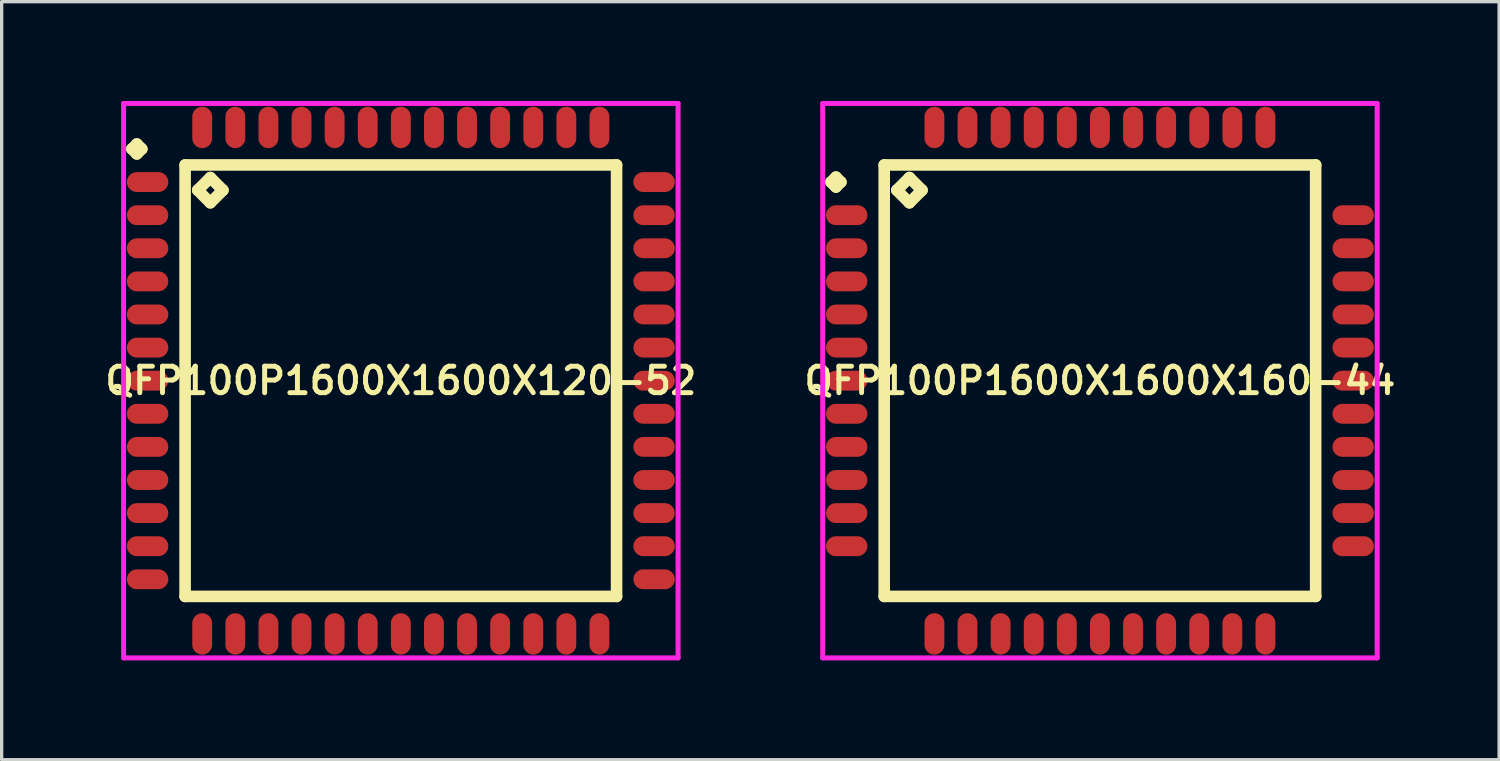
<source format=kicad_pcb>
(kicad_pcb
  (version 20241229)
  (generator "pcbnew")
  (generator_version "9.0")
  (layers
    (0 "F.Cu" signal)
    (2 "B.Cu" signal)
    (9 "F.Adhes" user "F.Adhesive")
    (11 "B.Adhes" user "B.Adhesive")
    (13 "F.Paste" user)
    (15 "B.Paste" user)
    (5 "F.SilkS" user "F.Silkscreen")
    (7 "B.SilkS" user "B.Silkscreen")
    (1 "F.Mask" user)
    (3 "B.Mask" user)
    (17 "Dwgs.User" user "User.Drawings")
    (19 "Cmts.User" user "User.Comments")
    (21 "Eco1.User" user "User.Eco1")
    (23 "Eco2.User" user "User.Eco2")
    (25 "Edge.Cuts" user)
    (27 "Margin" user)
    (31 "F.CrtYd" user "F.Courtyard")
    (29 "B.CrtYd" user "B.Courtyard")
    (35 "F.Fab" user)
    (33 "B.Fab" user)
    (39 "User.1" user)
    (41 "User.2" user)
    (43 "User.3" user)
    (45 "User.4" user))
  (footprint "QFP100P1600X1600X160-44"
    (layer "F.Cu")
    (at 30.178 8.45)
    (property "Reference" "QFP100P1600X1600X160-44" (at 0 0 0) (layer "F.SilkS") (effects (font (size 0.8 0.8) (thickness 0.15))))
    (attr smd)
    (fp_line (start -8.125 -6) (end -7.975 -6.15) (stroke (width 0.35) (type solid)) (layer "F.SilkS"))
    (fp_line (start -7.975 -6.15) (end -7.825 -6) (stroke (width 0.35) (type solid)) (layer "F.SilkS"))
    (fp_line (start -7.975 -5.85) (end -8.125 -6) (stroke (width 0.35) (type solid)) (layer "F.SilkS"))
    (fp_line (start -7.825 -6) (end -7.975 -5.85) (stroke (width 0.35) (type solid)) (layer "F.SilkS"))
    (fp_line (start -6.517 -6.517) (end -6.517 6.517) (stroke (width 0.35) (type solid)) (layer "F.SilkS"))
    (fp_line (start -6.517 6.517) (end 6.517 6.517) (stroke (width 0.35) (type solid)) (layer "F.SilkS"))
    (fp_line (start -6.136 -5.755) (end -5.755 -6.136) (stroke (width 0.35) (type solid)) (layer "F.SilkS"))
    (fp_line (start -5.755 -6.136) (end -5.374 -5.755) (stroke (width 0.35) (type solid)) (layer "F.SilkS"))
    (fp_line (start -5.755 -5.374) (end -6.136 -5.755) (stroke (width 0.35) (type solid)) (layer "F.SilkS"))
    (fp_line (start -5.374 -5.755) (end -5.755 -5.374) (stroke (width 0.35) (type solid)) (layer "F.SilkS"))
    (fp_line (start 6.517 -6.517) (end -6.517 -6.517) (stroke (width 0.35) (type solid)) (layer "F.SilkS"))
    (fp_line (start 6.517 6.517) (end 6.517 -6.517) (stroke (width 0.35) (type solid)) (layer "F.SilkS"))
    (fp_line (start -8.375 -8.375) (end 8.375 -8.375) (stroke (width 0.15) (type solid)) (layer "F.CrtYd"))
    (fp_line (start -8.375 8.375) (end -8.375 -8.375) (stroke (width 0.15) (type solid)) (layer "F.CrtYd"))
    (fp_line (start 8.375 -8.375) (end 8.375 8.375) (stroke (width 0.15) (type solid)) (layer "F.CrtYd"))
    (fp_line (start 8.375 8.375) (end -8.375 8.375) (stroke (width 0.15) (type solid)) (layer "F.CrtYd"))
    (pad "1" smd oval (at -7.65 -5) (size 1.25 0.6) (layers "F.Cu" "F.Mask" "F.Paste"))
    (pad "2" smd oval (at -7.65 -4) (size 1.25 0.6) (layers "F.Cu" "F.Mask" "F.Paste"))
    (pad "3" smd oval (at -7.65 -3) (size 1.25 0.6) (layers "F.Cu" "F.Mask" "F.Paste"))
    (pad "4" smd oval (at -7.65 -2) (size 1.25 0.6) (layers "F.Cu" "F.Mask" "F.Paste"))
    (pad "5" smd oval (at -7.65 -1) (size 1.25 0.6) (layers "F.Cu" "F.Mask" "F.Paste"))
    (pad "6" smd oval (at -7.65 0) (size 1.25 0.6) (layers "F.Cu" "F.Mask" "F.Paste"))
    (pad "7" smd oval (at -7.65 1) (size 1.25 0.6) (layers "F.Cu" "F.Mask" "F.Paste"))
    (pad "8" smd oval (at -7.65 2) (size 1.25 0.6) (layers "F.Cu" "F.Mask" "F.Paste"))
    (pad "9" smd oval (at -7.65 3) (size 1.25 0.6) (layers "F.Cu" "F.Mask" "F.Paste"))
    (pad "10" smd oval (at -7.65 4) (size 1.25 0.6) (layers "F.Cu" "F.Mask" "F.Paste"))
    (pad "11" smd oval (at -7.65 5) (size 1.25 0.6) (layers "F.Cu" "F.Mask" "F.Paste"))
    (pad "12" smd oval (at -5 7.65) (size 0.6 1.25) (layers "F.Cu" "F.Mask" "F.Paste"))
    (pad "13" smd oval (at -4 7.65) (size 0.6 1.25) (layers "F.Cu" "F.Mask" "F.Paste"))
    (pad "14" smd oval (at -3 7.65) (size 0.6 1.25) (layers "F.Cu" "F.Mask" "F.Paste"))
    (pad "15" smd oval (at -2 7.65) (size 0.6 1.25) (layers "F.Cu" "F.Mask" "F.Paste"))
    (pad "16" smd oval (at -1 7.65) (size 0.6 1.25) (layers "F.Cu" "F.Mask" "F.Paste"))
    (pad "17" smd oval (at 0 7.65) (size 0.6 1.25) (layers "F.Cu" "F.Mask" "F.Paste"))
    (pad "18" smd oval (at 1 7.65) (size 0.6 1.25) (layers "F.Cu" "F.Mask" "F.Paste"))
    (pad "19" smd oval (at 2 7.65) (size 0.6 1.25) (layers "F.Cu" "F.Mask" "F.Paste"))
    (pad "20" smd oval (at 3 7.65) (size 0.6 1.25) (layers "F.Cu" "F.Mask" "F.Paste"))
    (pad "21" smd oval (at 4 7.65) (size 0.6 1.25) (layers "F.Cu" "F.Mask" "F.Paste"))
    (pad "22" smd oval (at 5 7.65) (size 0.6 1.25) (layers "F.Cu" "F.Mask" "F.Paste"))
    (pad "23" smd oval (at 7.65 5) (size 1.25 0.6) (layers "F.Cu" "F.Mask" "F.Paste"))
    (pad "24" smd oval (at 7.65 4) (size 1.25 0.6) (layers "F.Cu" "F.Mask" "F.Paste"))
    (pad "25" smd oval (at 7.65 3) (size 1.25 0.6) (layers "F.Cu" "F.Mask" "F.Paste"))
    (pad "26" smd oval (at 7.65 2) (size 1.25 0.6) (layers "F.Cu" "F.Mask" "F.Paste"))
    (pad "27" smd oval (at 7.65 1) (size 1.25 0.6) (layers "F.Cu" "F.Mask" "F.Paste"))
    (pad "28" smd oval (at 7.65 0) (size 1.25 0.6) (layers "F.Cu" "F.Mask" "F.Paste"))
    (pad "29" smd oval (at 7.65 -1) (size 1.25 0.6) (layers "F.Cu" "F.Mask" "F.Paste"))
    (pad "30" smd oval (at 7.65 -2) (size 1.25 0.6) (layers "F.Cu" "F.Mask" "F.Paste"))
    (pad "31" smd oval (at 7.65 -3) (size 1.25 0.6) (layers "F.Cu" "F.Mask" "F.Paste"))
    (pad "32" smd oval (at 7.65 -4) (size 1.25 0.6) (layers "F.Cu" "F.Mask" "F.Paste"))
    (pad "33" smd oval (at 7.65 -5) (size 1.25 0.6) (layers "F.Cu" "F.Mask" "F.Paste"))
    (pad "34" smd oval (at 5 -7.65) (size 0.6 1.25) (layers "F.Cu" "F.Mask" "F.Paste"))
    (pad "35" smd oval (at 4 -7.65) (size 0.6 1.25) (layers "F.Cu" "F.Mask" "F.Paste"))
    (pad "36" smd oval (at 3 -7.65) (size 0.6 1.25) (layers "F.Cu" "F.Mask" "F.Paste"))
    (pad "37" smd oval (at 2 -7.65) (size 0.6 1.25) (layers "F.Cu" "F.Mask" "F.Paste"))
    (pad "38" smd oval (at 1 -7.65) (size 0.6 1.25) (layers "F.Cu" "F.Mask" "F.Paste"))
    (pad "39" smd oval (at 0 -7.65) (size 0.6 1.25) (layers "F.Cu" "F.Mask" "F.Paste"))
    (pad "40" smd oval (at -1 -7.65) (size 0.6 1.25) (layers "F.Cu" "F.Mask" "F.Paste"))
    (pad "41" smd oval (at -2 -7.65) (size 0.6 1.25) (layers "F.Cu" "F.Mask" "F.Paste"))
    (pad "42" smd oval (at -3 -7.65) (size 0.6 1.25) (layers "F.Cu" "F.Mask" "F.Paste"))
    (pad "43" smd oval (at -4 -7.65) (size 0.6 1.25) (layers "F.Cu" "F.Mask" "F.Paste"))
    (pad "44" smd oval (at -5 -7.65) (size 0.6 1.25) (layers "F.Cu" "F.Mask" "F.Paste")))
  (footprint "QFP100P1600X1600X120-52"
    (layer "F.Cu")
    (at 9.059 8.45)
    (property "Reference" "QFP100P1600X1600X120-52" (at 0 0 0) (layer "F.SilkS") (effects (font (size 0.8 0.8) (thickness 0.15))))
    (attr smd)
    (fp_line (start -8.125 -7) (end -7.975 -7.15) (stroke (width 0.35) (type solid)) (layer "F.SilkS"))
    (fp_line (start -7.975 -7.15) (end -7.825 -7) (stroke (width 0.35) (type solid)) (layer "F.SilkS"))
    (fp_line (start -7.975 -6.85) (end -8.125 -7) (stroke (width 0.35) (type solid)) (layer "F.SilkS"))
    (fp_line (start -7.825 -7) (end -7.975 -6.85) (stroke (width 0.35) (type solid)) (layer "F.SilkS"))
    (fp_line (start -6.517 -6.517) (end -6.517 6.517) (stroke (width 0.35) (type solid)) (layer "F.SilkS"))
    (fp_line (start -6.517 6.517) (end 6.517 6.517) (stroke (width 0.35) (type solid)) (layer "F.SilkS"))
    (fp_line (start -6.136 -5.755) (end -5.755 -6.136) (stroke (width 0.35) (type solid)) (layer "F.SilkS"))
    (fp_line (start -5.755 -6.136) (end -5.374 -5.755) (stroke (width 0.35) (type solid)) (layer "F.SilkS"))
    (fp_line (start -5.755 -5.374) (end -6.136 -5.755) (stroke (width 0.35) (type solid)) (layer "F.SilkS"))
    (fp_line (start -5.374 -5.755) (end -5.755 -5.374) (stroke (width 0.35) (type solid)) (layer "F.SilkS"))
    (fp_line (start 6.517 -6.517) (end -6.517 -6.517) (stroke (width 0.35) (type solid)) (layer "F.SilkS"))
    (fp_line (start 6.517 6.517) (end 6.517 -6.517) (stroke (width 0.35) (type solid)) (layer "F.SilkS"))
    (fp_line (start -8.375 -8.375) (end 8.375 -8.375) (stroke (width 0.15) (type solid)) (layer "F.CrtYd"))
    (fp_line (start -8.375 8.375) (end -8.375 -8.375) (stroke (width 0.15) (type solid)) (layer "F.CrtYd"))
    (fp_line (start 8.375 -8.375) (end 8.375 8.375) (stroke (width 0.15) (type solid)) (layer "F.CrtYd"))
    (fp_line (start 8.375 8.375) (end -8.375 8.375) (stroke (width 0.15) (type solid)) (layer "F.CrtYd"))
    (pad "1" smd oval (at -7.65 -6) (size 1.25 0.6) (layers "F.Cu" "F.Mask" "F.Paste"))
    (pad "2" smd oval (at -7.65 -5) (size 1.25 0.6) (layers "F.Cu" "F.Mask" "F.Paste"))
    (pad "3" smd oval (at -7.65 -4) (size 1.25 0.6) (layers "F.Cu" "F.Mask" "F.Paste"))
    (pad "4" smd oval (at -7.65 -3) (size 1.25 0.6) (layers "F.Cu" "F.Mask" "F.Paste"))
    (pad "5" smd oval (at -7.65 -2) (size 1.25 0.6) (layers "F.Cu" "F.Mask" "F.Paste"))
    (pad "6" smd oval (at -7.65 -1) (size 1.25 0.6) (layers "F.Cu" "F.Mask" "F.Paste"))
    (pad "7" smd oval (at -7.65 0) (size 1.25 0.6) (layers "F.Cu" "F.Mask" "F.Paste"))
    (pad "8" smd oval (at -7.65 1) (size 1.25 0.6) (layers "F.Cu" "F.Mask" "F.Paste"))
    (pad "9" smd oval (at -7.65 2) (size 1.25 0.6) (layers "F.Cu" "F.Mask" "F.Paste"))
    (pad "10" smd oval (at -7.65 3) (size 1.25 0.6) (layers "F.Cu" "F.Mask" "F.Paste"))
    (pad "11" smd oval (at -7.65 4) (size 1.25 0.6) (layers "F.Cu" "F.Mask" "F.Paste"))
    (pad "12" smd oval (at -7.65 5) (size 1.25 0.6) (layers "F.Cu" "F.Mask" "F.Paste"))
    (pad "13" smd oval (at -7.65 6) (size 1.25 0.6) (layers "F.Cu" "F.Mask" "F.Paste"))
    (pad "14" smd oval (at -6 7.65) (size 0.6 1.25) (layers "F.Cu" "F.Mask" "F.Paste"))
    (pad "15" smd oval (at -5 7.65) (size 0.6 1.25) (layers "F.Cu" "F.Mask" "F.Paste"))
    (pad "16" smd oval (at -4 7.65) (size 0.6 1.25) (layers "F.Cu" "F.Mask" "F.Paste"))
    (pad "17" smd oval (at -3 7.65) (size 0.6 1.25) (layers "F.Cu" "F.Mask" "F.Paste"))
    (pad "18" smd oval (at -2 7.65) (size 0.6 1.25) (layers "F.Cu" "F.Mask" "F.Paste"))
    (pad "19" smd oval (at -1 7.65) (size 0.6 1.25) (layers "F.Cu" "F.Mask" "F.Paste"))
    (pad "20" smd oval (at 0 7.65) (size 0.6 1.25) (layers "F.Cu" "F.Mask" "F.Paste"))
    (pad "21" smd oval (at 1 7.65) (size 0.6 1.25) (layers "F.Cu" "F.Mask" "F.Paste"))
    (pad "22" smd oval (at 2 7.65) (size 0.6 1.25) (layers "F.Cu" "F.Mask" "F.Paste"))
    (pad "23" smd oval (at 3 7.65) (size 0.6 1.25) (layers "F.Cu" "F.Mask" "F.Paste"))
    (pad "24" smd oval (at 4 7.65) (size 0.6 1.25) (layers "F.Cu" "F.Mask" "F.Paste"))
    (pad "25" smd oval (at 5 7.65) (size 0.6 1.25) (layers "F.Cu" "F.Mask" "F.Paste"))
    (pad "26" smd oval (at 6 7.65) (size 0.6 1.25) (layers "F.Cu" "F.Mask" "F.Paste"))
    (pad "27" smd oval (at 7.65 6) (size 1.25 0.6) (layers "F.Cu" "F.Mask" "F.Paste"))
    (pad "28" smd oval (at 7.65 5) (size 1.25 0.6) (layers "F.Cu" "F.Mask" "F.Paste"))
    (pad "29" smd oval (at 7.65 4) (size 1.25 0.6) (layers "F.Cu" "F.Mask" "F.Paste"))
    (pad "30" smd oval (at 7.65 3) (size 1.25 0.6) (layers "F.Cu" "F.Mask" "F.Paste"))
    (pad "31" smd oval (at 7.65 2) (size 1.25 0.6) (layers "F.Cu" "F.Mask" "F.Paste"))
    (pad "32" smd oval (at 7.65 1) (size 1.25 0.6) (layers "F.Cu" "F.Mask" "F.Paste"))
    (pad "33" smd oval (at 7.65 0) (size 1.25 0.6) (layers "F.Cu" "F.Mask" "F.Paste"))
    (pad "34" smd oval (at 7.65 -1) (size 1.25 0.6) (layers "F.Cu" "F.Mask" "F.Paste"))
    (pad "35" smd oval (at 7.65 -2) (size 1.25 0.6) (layers "F.Cu" "F.Mask" "F.Paste"))
    (pad "36" smd oval (at 7.65 -3) (size 1.25 0.6) (layers "F.Cu" "F.Mask" "F.Paste"))
    (pad "37" smd oval (at 7.65 -4) (size 1.25 0.6) (layers "F.Cu" "F.Mask" "F.Paste"))
    (pad "38" smd oval (at 7.65 -5) (size 1.25 0.6) (layers "F.Cu" "F.Mask" "F.Paste"))
    (pad "39" smd oval (at 7.65 -6) (size 1.25 0.6) (layers "F.Cu" "F.Mask" "F.Paste"))
    (pad "40" smd oval (at 6 -7.65) (size 0.6 1.25) (layers "F.Cu" "F.Mask" "F.Paste"))
    (pad "41" smd oval (at 5 -7.65) (size 0.6 1.25) (layers "F.Cu" "F.Mask" "F.Paste"))
    (pad "42" smd oval (at 4 -7.65) (size 0.6 1.25) (layers "F.Cu" "F.Mask" "F.Paste"))
    (pad "43" smd oval (at 3 -7.65) (size 0.6 1.25) (layers "F.Cu" "F.Mask" "F.Paste"))
    (pad "44" smd oval (at 2 -7.65) (size 0.6 1.25) (layers "F.Cu" "F.Mask" "F.Paste"))
    (pad "45" smd oval (at 1 -7.65) (size 0.6 1.25) (layers "F.Cu" "F.Mask" "F.Paste"))
    (pad "46" smd oval (at 0 -7.65) (size 0.6 1.25) (layers "F.Cu" "F.Mask" "F.Paste"))
    (pad "47" smd oval (at -1 -7.65) (size 0.6 1.25) (layers "F.Cu" "F.Mask" "F.Paste"))
    (pad "48" smd oval (at -2 -7.65) (size 0.6 1.25) (layers "F.Cu" "F.Mask" "F.Paste"))
    (pad "49" smd oval (at -3 -7.65) (size 0.6 1.25) (layers "F.Cu" "F.Mask" "F.Paste"))
    (pad "50" smd oval (at -4 -7.65) (size 0.6 1.25) (layers "F.Cu" "F.Mask" "F.Paste"))
    (pad "51" smd oval (at -5 -7.65) (size 0.6 1.25) (layers "F.Cu" "F.Mask" "F.Paste"))
    (pad "52" smd oval (at -6 -7.65) (size 0.6 1.25) (layers "F.Cu" "F.Mask" "F.Paste")))
  (gr_rect
    (start -3 -3)
    (end 42.237 19.9)
    (stroke (width 0.1) (type default))
    (fill no)
    (layer "Edge.Cuts")))
</source>
